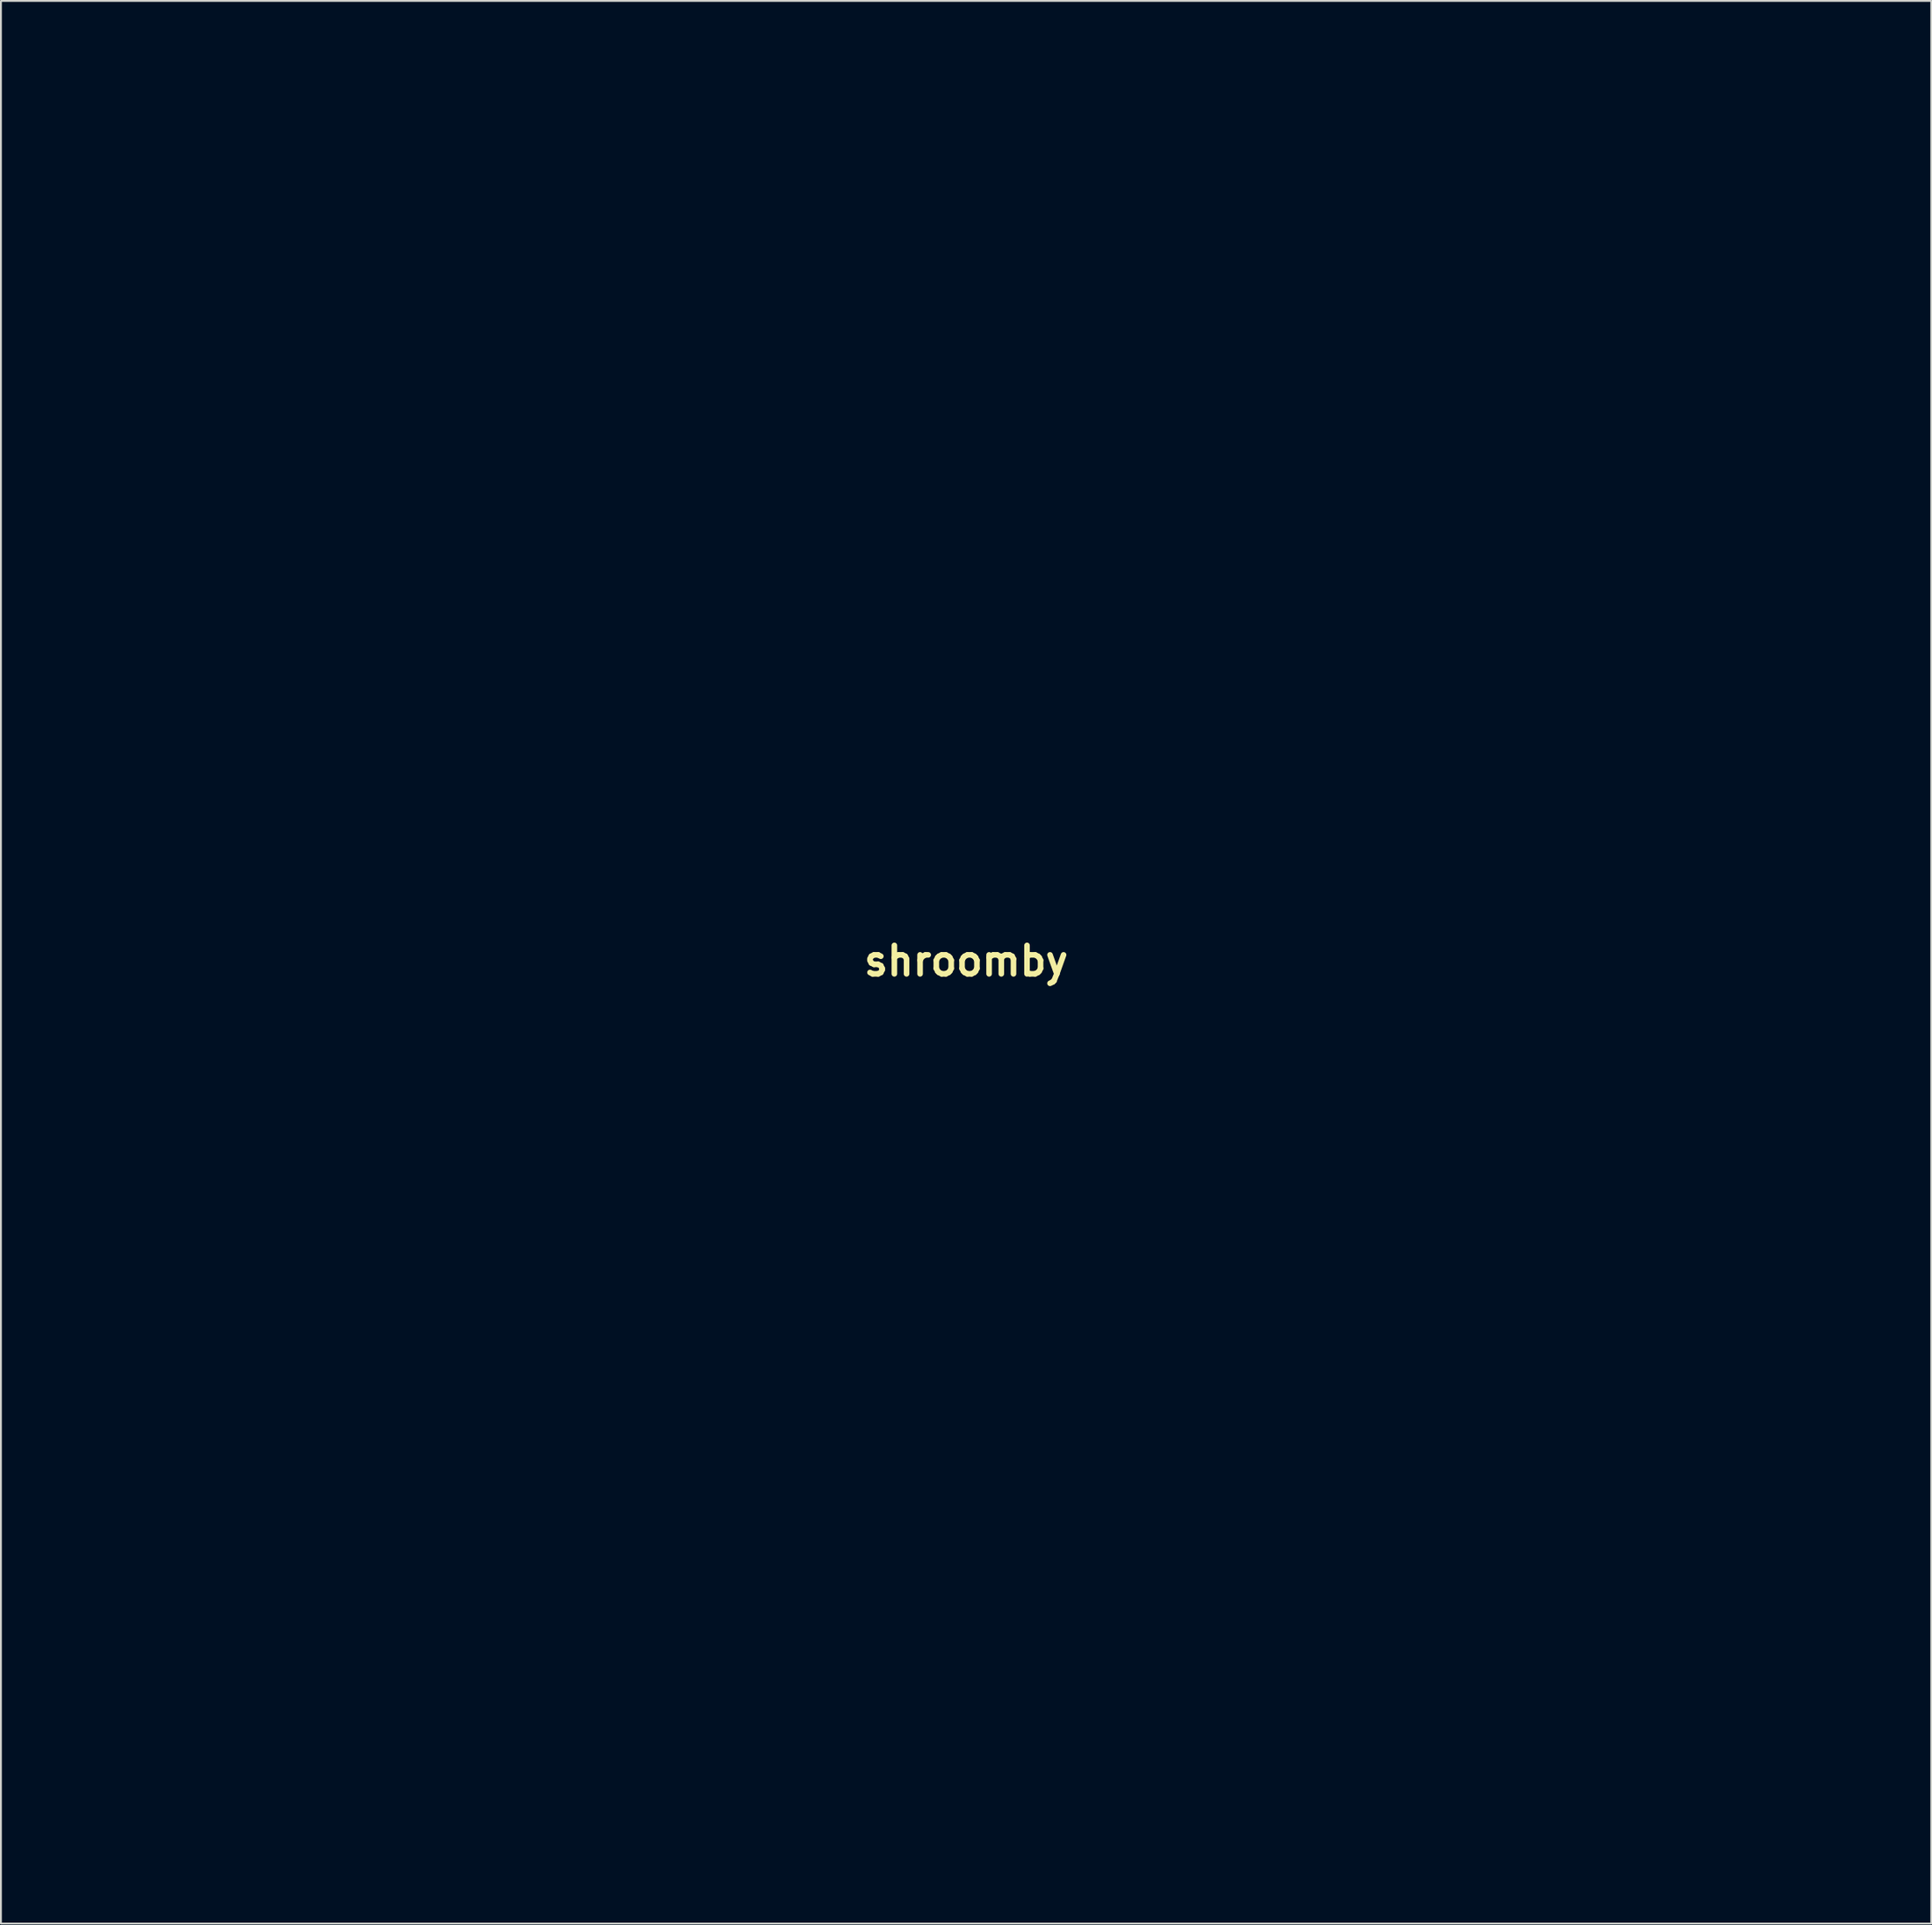
<source format=kicad_pcb>
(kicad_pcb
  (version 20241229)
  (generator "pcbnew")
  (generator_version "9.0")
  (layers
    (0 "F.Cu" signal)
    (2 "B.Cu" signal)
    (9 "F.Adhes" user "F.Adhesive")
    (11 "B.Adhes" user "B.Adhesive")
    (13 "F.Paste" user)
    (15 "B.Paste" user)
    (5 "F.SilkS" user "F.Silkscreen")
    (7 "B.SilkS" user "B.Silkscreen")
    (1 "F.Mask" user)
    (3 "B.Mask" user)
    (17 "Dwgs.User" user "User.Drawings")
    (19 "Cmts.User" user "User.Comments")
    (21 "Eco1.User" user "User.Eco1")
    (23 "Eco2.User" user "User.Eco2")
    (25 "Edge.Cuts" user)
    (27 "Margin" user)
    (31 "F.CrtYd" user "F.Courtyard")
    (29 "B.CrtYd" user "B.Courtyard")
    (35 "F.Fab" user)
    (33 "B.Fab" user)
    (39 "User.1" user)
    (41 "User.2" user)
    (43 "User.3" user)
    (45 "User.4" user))
  (footprint "shroomby"
    (layer "F.Cu")
    (at 48.746 48.471)
    (property "Reference" "shroomby" (at 0 0 0) (layer "F.SilkS") (effects (font (size 1.524 1.524) (thickness 0.3))))
    (attr through_hole)
    (fp_poly (pts (xy -38.887 -9.107) (xy -38.551 -8.719) (xy -38.476 -8.246) (xy -38.661 -7.687) (xy -39.106 -7.043) (xy -39.384 -6.732) (xy -39.872 -6.324) (xy -40.312 -6.183) (xy -40.711 -6.307) (xy -40.909 -6.479) (xy -41.157 -6.935) (xy -41.166 -7.495) (xy -40.94 -8.131) (xy -40.743 -8.463) (xy -40.284 -8.996) (xy -39.798 -9.279) (xy -39.307 -9.305) (xy -38.887 -9.107)) (stroke (width 0.01) (type solid)) (fill no) (layer "Eco1.User"))
    (fp_poly (pts (xy 31.384 -7.123) (xy 31.79 -6.818) (xy 32.161 -6.349) (xy 32.36 -5.886) (xy 32.362 -5.491) (xy 32.312 -5.379) (xy 31.973 -5.054) (xy 31.536 -4.903) (xy 31.331 -4.909) (xy 31.025 -5.073) (xy 30.7 -5.414) (xy 30.417 -5.843) (xy 30.238 -6.275) (xy 30.205 -6.493) (xy 30.305 -6.928) (xy 30.57 -7.186) (xy 30.947 -7.254) (xy 31.384 -7.123)) (stroke (width 0.01) (type solid)) (fill no) (layer "Eco1.User"))
    (fp_poly (pts (xy 34.261 -2.817) (xy 34.704 -2.569) (xy 35.108 -2.18) (xy 35.412 -1.712) (xy 35.556 -1.224) (xy 35.56 -1.134) (xy 35.452 -0.677) (xy 35.176 -0.379) (xy 34.801 -0.264) (xy 34.396 -0.354) (xy 34.06 -0.636) (xy 33.779 -1.099) (xy 33.596 -1.61) (xy 33.518 -2.106) (xy 33.55 -2.523) (xy 33.7 -2.796) (xy 33.838 -2.863) (xy 34.261 -2.817)) (stroke (width 0.01) (type solid)) (fill no) (layer "Eco1.User"))
    (fp_poly (pts (xy 38.336 18.086) (xy 38.512 18.433) (xy 38.562 18.885) (xy 38.467 19.389) (xy 38.289 19.771) (xy 37.926 20.258) (xy 37.562 20.492) (xy 37.163 20.489) (xy 36.964 20.416) (xy 36.665 20.143) (xy 36.535 19.713) (xy 36.571 19.316) (xy 36.772 18.839) (xy 37.095 18.379) (xy 37.465 18.033) (xy 37.672 17.922) (xy 38.05 17.898) (xy 38.336 18.086)) (stroke (width 0.01) (type solid)) (fill no) (layer "Eco1.User"))
    (fp_poly (pts (xy 39.271 13.712) (xy 39.467 14.059) (xy 39.523 14.615) (xy 39.508 14.858) (xy 39.373 15.463) (xy 39.122 15.931) (xy 38.791 16.229) (xy 38.42 16.324) (xy 38.045 16.183) (xy 38.023 16.166) (xy 37.758 15.837) (xy 37.701 15.409) (xy 37.845 14.842) (xy 38.152 14.193) (xy 38.504 13.77) (xy 38.883 13.596) (xy 38.943 13.592) (xy 39.271 13.712)) (stroke (width 0.01) (type solid)) (fill no) (layer "Eco1.User"))
    (fp_poly (pts (xy -34.786 -12.455) (xy -34.672 -12.234) (xy -34.683 -11.85) (xy -34.897 -11.398) (xy -35.274 -10.933) (xy -35.77 -10.508) (xy -36.205 -10.244) (xy -36.712 -10.053) (xy -37.122 -10.068) (xy -37.452 -10.236) (xy -37.723 -10.558) (xy -37.753 -10.946) (xy -37.557 -11.373) (xy -37.151 -11.811) (xy -36.552 -12.233) (xy -36.199 -12.421) (xy -35.585 -12.645) (xy -35.108 -12.656) (xy -34.786 -12.455)) (stroke (width 0.01) (type solid)) (fill no) (layer "Eco1.User"))
    (fp_poly (pts (xy 5.777 -21.353) (xy 6.315 -21.247) (xy 6.802 -21.054) (xy 7.18 -20.781) (xy 7.39 -20.438) (xy 7.414 -20.265) (xy 7.301 -19.837) (xy 6.979 -19.561) (xy 6.473 -19.449) (xy 5.807 -19.509) (xy 5.591 -19.559) (xy 4.977 -19.794) (xy 4.535 -20.116) (xy 4.305 -20.491) (xy 4.284 -20.726) (xy 4.442 -21.058) (xy 4.782 -21.267) (xy 5.246 -21.362) (xy 5.777 -21.353)) (stroke (width 0.01) (type solid)) (fill no) (layer "Eco1.User"))
    (fp_poly (pts (xy 12.226 -19.355) (xy 12.774 -19.225) (xy 13.235 -19.022) (xy 13.318 -18.967) (xy 13.613 -18.621) (xy 13.713 -18.217) (xy 13.609 -17.842) (xy 13.432 -17.656) (xy 13.079 -17.487) (xy 12.662 -17.469) (xy 12.136 -17.585) (xy 11.663 -17.805) (xy 11.297 -18.128) (xy 11.064 -18.5) (xy 10.991 -18.866) (xy 11.103 -19.173) (xy 11.304 -19.323) (xy 11.699 -19.395) (xy 12.226 -19.355)) (stroke (width 0.01) (type solid)) (fill no) (layer "Eco1.User"))
    (fp_poly (pts (xy 27.588 -11.122) (xy 28.083 -10.922) (xy 28.559 -10.627) (xy 28.952 -10.275) (xy 29.196 -9.903) (xy 29.244 -9.676) (xy 29.129 -9.226) (xy 28.828 -8.911) (xy 28.409 -8.761) (xy 27.942 -8.807) (xy 27.63 -8.965) (xy 27.189 -9.366) (xy 26.859 -9.836) (xy 26.665 -10.313) (xy 26.627 -10.739) (xy 26.771 -11.054) (xy 26.807 -11.086) (xy 27.141 -11.189) (xy 27.588 -11.122)) (stroke (width 0.01) (type solid)) (fill no) (layer "Eco1.User"))
    (fp_poly (pts (xy 38.418 8.291) (xy 38.768 8.544) (xy 38.842 8.615) (xy 39.12 8.989) (xy 39.233 9.447) (xy 39.243 9.601) (xy 39.183 10.205) (xy 38.968 10.638) (xy 38.626 10.869) (xy 38.185 10.87) (xy 38.074 10.836) (xy 37.791 10.597) (xy 37.605 10.181) (xy 37.525 9.668) (xy 37.558 9.14) (xy 37.713 8.678) (xy 37.841 8.495) (xy 38.127 8.277) (xy 38.418 8.291)) (stroke (width 0.01) (type solid)) (fill no) (layer "Eco1.User"))
    (fp_poly (pts (xy -42.03 -3.915) (xy -41.767 -3.567) (xy -41.721 -3.458) (xy -41.672 -3.071) (xy -41.731 -2.555) (xy -41.871 -2.006) (xy -42.066 -1.522) (xy -42.292 -1.198) (xy -42.334 -1.163) (xy -42.781 -0.979) (xy -43.2 -1.037) (xy -43.432 -1.21) (xy -43.676 -1.67) (xy -43.728 -2.231) (xy -43.603 -2.821) (xy -43.32 -3.364) (xy -42.894 -3.786) (xy -42.823 -3.833) (xy -42.38 -4.003) (xy -42.03 -3.915)) (stroke (width 0.01) (type solid)) (fill no) (layer "Eco1.User"))
    (fp_poly (pts (xy 18.538 -17.347) (xy 19.06 -17.107) (xy 19.463 -16.762) (xy 19.692 -16.357) (xy 19.711 -16.006) (xy 19.642 -15.708) (xy 19.537 -15.548) (xy 19.319 -15.468) (xy 18.909 -15.415) (xy 18.887 -15.412) (xy 18.513 -15.387) (xy 18.248 -15.446) (xy 17.986 -15.63) (xy 17.713 -15.893) (xy 17.324 -16.378) (xy 17.163 -16.806) (xy 17.225 -17.145) (xy 17.505 -17.366) (xy 17.952 -17.437) (xy 18.538 -17.347)) (stroke (width 0.01) (type solid)) (fill no) (layer "Eco1.User"))
    (fp_poly (pts (xy 23.483 -14.412) (xy 23.897 -14.305) (xy 24.446 -14.007) (xy 24.864 -13.616) (xy 25.095 -13.192) (xy 25.123 -12.997) (xy 25.067 -12.538) (xy 24.866 -12.279) (xy 24.466 -12.158) (xy 24.356 -12.144) (xy 23.89 -12.16) (xy 23.469 -12.348) (xy 23.341 -12.436) (xy 22.685 -12.971) (xy 22.294 -13.444) (xy 22.165 -13.856) (xy 22.28 -14.191) (xy 22.55 -14.36) (xy 22.983 -14.436) (xy 23.483 -14.412)) (stroke (width 0.01) (type solid)) (fill no) (layer "Eco1.User"))
    (fp_poly (pts (xy -1.61 -21.961) (xy -0.896 -21.878) (xy -0.328 -21.663) (xy 0.063 -21.342) (xy 0.249 -20.944) (xy 0.199 -20.494) (xy 0.128 -20.345) (xy -0.187 -20.042) (xy -0.659 -19.926) (xy -1.242 -20) (xy -1.784 -20.212) (xy -2.191 -20.471) (xy -2.512 -20.765) (xy -2.599 -20.888) (xy -2.721 -21.176) (xy -2.679 -21.413) (xy -2.563 -21.609) (xy -2.385 -21.824) (xy -2.156 -21.93) (xy -1.781 -21.961) (xy -1.61 -21.961)) (stroke (width 0.01) (type solid)) (fill no) (layer "Eco1.User"))
    (fp_poly (pts (xy -17.536 -21.124) (xy -17.183 -20.814) (xy -17.12 -20.702) (xy -17 -20.335) (xy -16.99 -20.025) (xy -16.991 -20.022) (xy -17.19 -19.699) (xy -17.583 -19.351) (xy -18.099 -19.02) (xy -18.666 -18.748) (xy -19.213 -18.578) (xy -19.505 -18.543) (xy -19.864 -18.629) (xy -20.157 -18.815) (xy -20.414 -19.206) (xy -20.425 -19.638) (xy -20.212 -20.081) (xy -19.794 -20.504) (xy -19.191 -20.877) (xy -18.682 -21.087) (xy -18.042 -21.216) (xy -17.536 -21.124)) (stroke (width 0.01) (type solid)) (fill no) (layer "Eco1.User"))
    (fp_poly (pts (xy -29.486 -16.679) (xy -29.052 -16.483) (xy -28.728 -16.174) (xy -28.631 -15.965) (xy -28.647 -15.544) (xy -28.91 -15.109) (xy -29.429 -14.647) (xy -29.908 -14.326) (xy -30.523 -13.965) (xy -30.966 -13.749) (xy -31.289 -13.659) (xy -31.539 -13.678) (xy -31.578 -13.691) (xy -31.998 -13.956) (xy -32.235 -14.345) (xy -32.265 -14.553) (xy -32.146 -14.984) (xy -31.827 -15.458) (xy -31.365 -15.922) (xy -30.817 -16.324) (xy -30.242 -16.612) (xy -29.926 -16.703) (xy -29.486 -16.679)) (stroke (width 0.01) (type solid)) (fill no) (layer "Eco1.User"))
    (fp_poly (pts (xy -23.834 -19.31) (xy -23.395 -19.104) (xy -23.366 -19.079) (xy -23.101 -18.697) (xy -23.108 -18.302) (xy -23.384 -17.897) (xy -23.928 -17.485) (xy -24.738 -17.069) (xy -24.805 -17.04) (xy -25.352 -16.806) (xy -25.711 -16.675) (xy -25.948 -16.639) (xy -26.127 -16.69) (xy -26.313 -16.821) (xy -26.363 -16.862) (xy -26.629 -17.224) (xy -26.64 -17.654) (xy -26.398 -18.127) (xy -26.218 -18.335) (xy -25.638 -18.819) (xy -25.011 -19.153) (xy -24.391 -19.321) (xy -23.834 -19.31)) (stroke (width 0.01) (type solid)) (fill no) (layer "Eco1.User"))
    (fp_poly (pts (xy -12.695 -22.482) (xy -12.274 -22.428) (xy -12.048 -22.351) (xy -11.939 -22.19) (xy -11.867 -21.889) (xy -11.861 -21.859) (xy -11.867 -21.496) (xy -12.059 -21.179) (xy -12.464 -20.884) (xy -13.108 -20.586) (xy -13.307 -20.509) (xy -13.96 -20.289) (xy -14.43 -20.198) (xy -14.77 -20.232) (xy -14.998 -20.354) (xy -15.204 -20.63) (xy -15.256 -20.801) (xy -15.244 -21.209) (xy -15.062 -21.547) (xy -14.674 -21.861) (xy -14.204 -22.118) (xy -13.669 -22.36) (xy -13.262 -22.478) (xy -12.88 -22.498) (xy -12.695 -22.482)) (stroke (width 0.01) (type solid)) (fill no) (layer "Eco1.User"))
    (fp_poly (pts (xy -6.991 -23.022) (xy -6.9 -22.99) (xy -6.643 -22.894) (xy -6.549 -22.872) (xy -6.327 -22.75) (xy -6.063 -22.488) (xy -5.847 -22.19) (xy -5.766 -21.972) (xy -5.848 -21.7) (xy -6.044 -21.377) (xy -6.051 -21.368) (xy -6.266 -21.148) (xy -6.523 -21.043) (xy -6.926 -21.016) (xy -7.046 -21.017) (xy -7.496 -21.038) (xy -7.85 -21.077) (xy -7.963 -21.103) (xy -8.301 -21.305) (xy -8.6 -21.605) (xy -8.773 -21.908) (xy -8.787 -21.998) (xy -8.663 -22.345) (xy -8.343 -22.663) (xy -7.905 -22.909) (xy -7.428 -23.043) (xy -6.991 -23.022)) (stroke (width 0.01) (type solid)) (fill no) (layer "Eco1.User"))
    (fp_poly (pts (xy 36.938 2.631) (xy 37.159 2.761) (xy 37.431 2.987) (xy 37.699 3.252) (xy 37.907 3.498) (xy 37.999 3.667) (xy 37.965 3.707) (xy 37.953 3.806) (xy 38.015 3.952) (xy 38.079 4.25) (xy 38.055 4.641) (xy 38.051 4.664) (xy 37.894 5.054) (xy 37.57 5.288) (xy 37.525 5.307) (xy 37.197 5.408) (xy 36.952 5.351) (xy 36.743 5.205) (xy 36.489 4.89) (xy 36.251 4.403) (xy 36.067 3.845) (xy 35.976 3.316) (xy 35.972 3.209) (xy 36.088 2.85) (xy 36.387 2.63) (xy 36.79 2.593) (xy 36.938 2.631)) (stroke (width 0.01) (type solid)) (fill no) (layer "Eco1.User"))
    (fp_poly (pts (xy -38.598 -2.178) (xy -38.05 -1.925) (xy -37.394 -1.507) (xy -36.589 -0.909) (xy -36.505 -0.843) (xy -35.183 0.179) (xy -34.027 1.049) (xy -33.047 1.759) (xy -32.255 2.303) (xy -31.716 2.64) (xy -31.202 2.945) (xy -30.584 3.323) (xy -29.909 3.743) (xy -29.223 4.176) (xy -28.572 4.592) (xy -28.004 4.962) (xy -27.566 5.255) (xy -27.303 5.443) (xy -27.27 5.47) (xy -26.989 5.834) (xy -26.736 6.355) (xy -26.557 6.92) (xy -26.498 7.364) (xy -26.606 7.992) (xy -26.945 8.57) (xy -27.492 9.102) (xy -28.115 9.573) (xy -28.631 9.859) (xy -29.117 9.98) (xy -29.65 9.958) (xy -30.274 9.819) (xy -31.269 9.495) (xy -32.414 9.026) (xy -33.649 8.445) (xy -34.911 7.783) (xy -36.14 7.069) (xy -37.275 6.335) (xy -37.482 6.191) (xy -38.234 5.608) (xy -38.978 4.939) (xy -39.659 4.239) (xy -40.225 3.565) (xy -40.622 2.972) (xy -40.671 2.879) (xy -40.992 2.129) (xy -41.236 1.353) (xy -41.383 0.629) (xy -41.415 0.036) (xy -41.397 -0.12) (xy -41.149 -0.882) (xy -40.728 -1.527) (xy -40.18 -1.99) (xy -39.998 -2.084) (xy -39.531 -2.243) (xy -39.078 -2.279) (xy -38.598 -2.178)) (stroke (width 0.01) (type solid)) (fill no) (layer "Eco1.User"))
    (fp_poly (pts (xy 2.531 -19.238) (xy 3.687 -19.179) (xy 4.702 -19.073) (xy 5.639 -18.909) (xy 6.567 -18.676) (xy 7.549 -18.36) (xy 8.653 -17.95) (xy 8.856 -17.871) (xy 10.505 -17.2) (xy 11.908 -16.577) (xy 13.086 -15.992) (xy 14.061 -15.432) (xy 14.853 -14.886) (xy 15.342 -14.479) (xy 15.9 -13.934) (xy 16.29 -13.439) (xy 16.52 -12.948) (xy 16.595 -12.41) (xy 16.522 -11.779) (xy 16.306 -11.006) (xy 15.955 -10.043) (xy 15.923 -9.96) (xy 15.668 -9.326) (xy 15.45 -8.849) (xy 15.221 -8.457) (xy 14.933 -8.077) (xy 14.538 -7.637) (xy 14.087 -7.166) (xy 13.428 -6.504) (xy 12.91 -6.031) (xy 12.497 -5.721) (xy 12.156 -5.55) (xy 11.854 -5.492) (xy 11.824 -5.492) (xy 11.609 -5.595) (xy 11.248 -5.89) (xy 10.767 -6.355) (xy 10.341 -6.802) (xy 9.509 -7.666) (xy 8.771 -8.349) (xy 8.069 -8.896) (xy 7.345 -9.354) (xy 6.856 -9.616) (xy 6.296 -9.875) (xy 5.648 -10.136) (xy 4.985 -10.373) (xy 4.379 -10.564) (xy 3.9 -10.682) (xy 3.678 -10.709) (xy 3.434 -10.743) (xy 2.981 -10.836) (xy 2.378 -10.975) (xy 1.682 -11.145) (xy 0.948 -11.333) (xy 0.235 -11.525) (xy -0.117 -11.624) (xy -0.505 -11.747) (xy -0.76 -11.886) (xy -0.953 -12.109) (xy -1.153 -12.484) (xy -1.27 -12.73) (xy -1.689 -13.625) (xy -1.608 -15.888) (xy -1.574 -16.786) (xy -1.532 -17.453) (xy -1.464 -17.933) (xy -1.353 -18.271) (xy -1.181 -18.509) (xy -0.93 -18.692) (xy -0.583 -18.863) (xy -0.368 -18.959) (xy 0.497 -19.216) (xy 1.167 -19.264) (xy 2.531 -19.238)) (stroke (width 0.01) (type solid)) (fill no) (layer "Eco1.User"))
    (fp_poly (pts (xy 31.771 -24.131) (xy 32.16 -23.82) (xy 32.482 -23.413) (xy 32.861 -22.8) (xy 33.271 -22.033) (xy 33.685 -21.168) (xy 34.077 -20.259) (xy 34.42 -19.361) (xy 34.626 -18.741) (xy 34.833 -18.12) (xy 35.115 -17.359) (xy 35.45 -16.508) (xy 35.817 -15.617) (xy 36.195 -14.735) (xy 36.561 -13.913) (xy 36.896 -13.201) (xy 37.177 -12.647) (xy 37.377 -12.311) (xy 37.551 -12.018) (xy 37.794 -11.545) (xy 38.068 -10.964) (xy 38.262 -10.53) (xy 38.651 -9.685) (xy 39.139 -8.697) (xy 39.693 -7.631) (xy 40.276 -6.555) (xy 40.853 -5.532) (xy 41.387 -4.63) (xy 41.834 -3.93) (xy 42.185 -3.406) (xy 42.405 -3.052) (xy 42.514 -2.811) (xy 42.535 -2.624) (xy 42.488 -2.433) (xy 42.431 -2.281) (xy 42.16 -1.921) (xy 41.7 -1.644) (xy 41.128 -1.477) (xy 40.524 -1.446) (xy 40.159 -1.51) (xy 39.23 -1.824) (xy 38.435 -2.219) (xy 37.727 -2.694) (xy 36.713 -3.54) (xy 35.679 -4.573) (xy 34.679 -5.727) (xy 33.765 -6.939) (xy 32.989 -8.144) (xy 32.439 -9.199) (xy 32.205 -9.717) (xy 32.003 -10.166) (xy 31.869 -10.464) (xy 31.851 -10.503) (xy 31.664 -10.971) (xy 31.44 -11.606) (xy 31.207 -12.317) (xy 30.995 -13.012) (xy 30.834 -13.601) (xy 30.77 -13.883) (xy 30.673 -14.371) (xy 30.583 -14.798) (xy 30.545 -14.965) (xy 30.404 -15.668) (xy 30.27 -16.529) (xy 30.148 -17.495) (xy 30.043 -18.511) (xy 29.958 -19.525) (xy 29.9 -20.482) (xy 29.871 -21.329) (xy 29.876 -22.013) (xy 29.921 -22.48) (xy 29.921 -22.482) (xy 30.148 -23.287) (xy 30.463 -23.864) (xy 30.849 -24.204) (xy 31.291 -24.296) (xy 31.771 -24.131)) (stroke (width 0.01) (type solid)) (fill no) (layer "Eco1.User"))
    (fp_poly (pts (xy -7.219 -20.16) (xy -6.419 -20.082) (xy -6.178 -20.037) (xy -5.745 -19.883) (xy -5.221 -19.616) (xy -4.675 -19.283) (xy -4.177 -18.928) (xy -3.796 -18.597) (xy -3.609 -18.353) (xy -3.57 -18.128) (xy -3.538 -17.672) (xy -3.514 -17.031) (xy -3.501 -16.25) (xy -3.499 -15.371) (xy -3.5 -15.171) (xy -3.509 -14.199) (xy -3.523 -13.459) (xy -3.545 -12.908) (xy -3.579 -12.506) (xy -3.629 -12.21) (xy -3.699 -11.977) (xy -3.793 -11.765) (xy -3.822 -11.707) (xy -3.971 -11.44) (xy -4.137 -11.214) (xy -4.352 -11.012) (xy -4.649 -10.814) (xy -5.061 -10.603) (xy -5.622 -10.361) (xy -6.362 -10.069) (xy -7.316 -9.712) (xy -7.757 -9.548) (xy -8.302 -9.332) (xy -9.022 -9.024) (xy -9.844 -8.657) (xy -10.698 -8.263) (xy -11.274 -7.988) (xy -12.038 -7.627) (xy -12.752 -7.304) (xy -13.368 -7.041) (xy -13.832 -6.861) (xy -14.076 -6.787) (xy -14.498 -6.655) (xy -14.997 -6.426) (xy -15.262 -6.276) (xy -15.9 -5.988) (xy -16.642 -5.819) (xy -17.395 -5.777) (xy -18.065 -5.871) (xy -18.367 -5.986) (xy -18.823 -6.269) (xy -19.288 -6.668) (xy -19.791 -7.214) (xy -20.359 -7.937) (xy -21.022 -8.87) (xy -21.106 -8.993) (xy -21.873 -10.169) (xy -22.502 -11.242) (xy -22.979 -12.187) (xy -23.291 -12.977) (xy -23.404 -13.422) (xy -23.414 -14.127) (xy -23.241 -14.839) (xy -22.925 -15.419) (xy -22.541 -15.764) (xy -21.912 -16.152) (xy -21.059 -16.572) (xy -20.008 -17.017) (xy -18.781 -17.479) (xy -17.403 -17.947) (xy -15.896 -18.415) (xy -14.285 -18.872) (xy -12.593 -19.311) (xy -11.808 -19.501) (xy -11.138 -19.66) (xy -10.444 -19.825) (xy -9.861 -19.964) (xy -9.794 -19.98) (xy -9.024 -20.107) (xy -8.126 -20.168) (xy -7.219 -20.16)) (stroke (width 0.01) (type solid)) (fill no) (layer "Eco1.User"))
    (fp_poly (pts (xy 21.556 -10.689) (xy 21.989 -10.598) (xy 22.517 -10.486) (xy 22.723 -10.442) (xy 23.187 -10.278) (xy 23.8 -9.969) (xy 24.509 -9.551) (xy 25.258 -9.062) (xy 25.991 -8.538) (xy 26.655 -8.018) (xy 27.193 -7.537) (xy 27.457 -7.254) (xy 27.868 -6.776) (xy 28.366 -6.22) (xy 28.843 -5.706) (xy 28.851 -5.698) (xy 29.306 -5.179) (xy 29.807 -4.543) (xy 30.261 -3.91) (xy 30.35 -3.776) (xy 30.668 -3.294) (xy 30.933 -2.904) (xy 31.108 -2.661) (xy 31.153 -2.609) (xy 31.281 -2.455) (xy 31.475 -2.173) (xy 31.495 -2.142) (xy 31.675 -1.621) (xy 31.667 -0.974) (xy 31.489 -0.258) (xy 31.161 0.473) (xy 30.701 1.164) (xy 30.163 1.729) (xy 29.712 2.058) (xy 29.1 2.421) (xy 28.422 2.77) (xy 27.771 3.056) (xy 27.242 3.232) (xy 27.215 3.238) (xy 26.895 3.321) (xy 26.36 3.471) (xy 25.658 3.674) (xy 24.837 3.916) (xy 23.945 4.183) (xy 23.029 4.462) (xy 22.137 4.736) (xy 21.624 4.897) (xy 21.061 5.04) (xy 20.338 5.174) (xy 19.504 5.295) (xy 18.608 5.399) (xy 17.701 5.481) (xy 16.83 5.538) (xy 16.044 5.566) (xy 15.393 5.561) (xy 14.927 5.518) (xy 14.722 5.457) (xy 14.342 5.109) (xy 14.027 4.542) (xy 13.772 3.741) (xy 13.571 2.691) (xy 13.519 2.312) (xy 13.333 1.021) (xy 13.129 -0.079) (xy 12.889 -1.075) (xy 12.724 -1.648) (xy 12.614 -2.177) (xy 12.657 -2.638) (xy 12.877 -3.101) (xy 13.295 -3.635) (xy 13.412 -3.764) (xy 14.12 -4.557) (xy 14.805 -5.364) (xy 15.402 -6.106) (xy 15.709 -6.512) (xy 16.78 -7.885) (xy 17.799 -8.989) (xy 18.767 -9.824) (xy 19.685 -10.391) (xy 20.553 -10.689) (xy 21.372 -10.72) (xy 21.556 -10.689)) (stroke (width 0.01) (type solid)) (fill no) (layer "Eco1.User"))
    (fp_poly (pts (xy -27.927 -12.689) (xy -27.369 -12.67) (xy -26.959 -12.63) (xy -26.632 -12.558) (xy -26.325 -12.446) (xy -26.086 -12.338) (xy -25.419 -11.977) (xy -24.807 -11.53) (xy -24.212 -10.957) (xy -23.59 -10.219) (xy -22.902 -9.275) (xy -22.814 -9.149) (xy -22.348 -8.472) (xy -21.89 -7.807) (xy -21.482 -7.219) (xy -21.171 -6.773) (xy -21.099 -6.67) (xy -20.702 -5.943) (xy -20.395 -5.068) (xy -20.214 -4.165) (xy -20.183 -3.662) (xy -20.259 -3.333) (xy -20.458 -2.867) (xy -20.734 -2.346) (xy -21.04 -1.851) (xy -21.331 -1.462) (xy -21.532 -1.277) (xy -21.722 -1.095) (xy -22.01 -0.739) (xy -22.349 -0.27) (xy -22.549 0.027) (xy -22.974 0.66) (xy -23.446 1.337) (xy -23.882 1.938) (xy -23.992 2.085) (xy -24.327 2.546) (xy -24.6 2.955) (xy -24.761 3.241) (xy -24.78 3.288) (xy -25.026 3.642) (xy -25.459 3.866) (xy -26.019 3.946) (xy -26.644 3.866) (xy -26.91 3.782) (xy -27.223 3.643) (xy -27.665 3.422) (xy -28.169 3.154) (xy -28.672 2.874) (xy -29.109 2.619) (xy -29.414 2.425) (xy -29.519 2.34) (xy -29.647 2.229) (xy -29.955 1.983) (xy -30.403 1.634) (xy -30.952 1.212) (xy -31.282 0.961) (xy -32.002 0.388) (xy -32.762 -0.262) (xy -33.477 -0.913) (xy -34.064 -1.492) (xy -34.138 -1.57) (xy -34.936 -2.487) (xy -35.518 -3.315) (xy -35.911 -4.099) (xy -36.139 -4.885) (xy -36.212 -5.456) (xy -36.186 -6.404) (xy -35.991 -7.356) (xy -35.655 -8.248) (xy -35.201 -9.016) (xy -34.657 -9.596) (xy -34.514 -9.701) (xy -34.254 -9.908) (xy -33.868 -10.256) (xy -33.419 -10.686) (xy -33.167 -10.937) (xy -32.287 -11.73) (xy -31.472 -12.26) (xy -31.372 -12.308) (xy -31.021 -12.466) (xy -30.713 -12.574) (xy -30.383 -12.641) (xy -29.966 -12.678) (xy -29.399 -12.692) (xy -28.695 -12.694) (xy -27.927 -12.689)) (stroke (width 0.01) (type solid)) (fill no) (layer "Eco1.User"))
    (fp_poly (pts (xy -12.055 -33.948) (xy -11.754 -33.845) (xy -11.618 -33.783) (xy -10.999 -33.372) (xy -10.633 -32.863) (xy -10.521 -32.262) (xy -10.663 -31.574) (xy -11.057 -30.803) (xy -11.703 -29.954) (xy -12.248 -29.373) (xy -14.089 -27.624) (xy -15.925 -26.059) (xy -17.733 -24.699) (xy -19.485 -23.563) (xy -20.663 -22.913) (xy -21.597 -22.478) (xy -22.701 -22.029) (xy -23.914 -21.586) (xy -25.175 -21.169) (xy -26.425 -20.796) (xy -27.6 -20.487) (xy -28.642 -20.26) (xy -29.382 -20.147) (xy -29.878 -20.129) (xy -30.476 -20.155) (xy -30.823 -20.191) (xy -31.384 -20.279) (xy -31.93 -20.383) (xy -32.196 -20.445) (xy -32.717 -20.543) (xy -33.253 -20.591) (xy -33.298 -20.591) (xy -33.695 -20.652) (xy -34.202 -20.808) (xy -34.745 -21.027) (xy -35.253 -21.276) (xy -35.653 -21.522) (xy -35.871 -21.732) (xy -35.883 -21.758) (xy -35.951 -22.288) (xy -35.76 -22.814) (xy -35.327 -23.32) (xy -34.668 -23.79) (xy -33.798 -24.209) (xy -33.157 -24.437) (xy -32.737 -24.605) (xy -32.217 -24.86) (xy -31.834 -25.074) (xy -31.47 -25.279) (xy -30.926 -25.567) (xy -30.24 -25.919) (xy -29.449 -26.318) (xy -28.594 -26.743) (xy -27.713 -27.177) (xy -26.844 -27.6) (xy -26.025 -27.993) (xy -25.296 -28.338) (xy -24.695 -28.616) (xy -24.26 -28.807) (xy -24.03 -28.893) (xy -24.027 -28.894) (xy -23.816 -28.907) (xy -23.638 -28.802) (xy -23.436 -28.531) (xy -23.272 -28.258) (xy -22.942 -27.767) (xy -22.687 -27.525) (xy -22.534 -27.52) (xy -22.51 -27.739) (xy -22.642 -28.168) (xy -22.791 -28.489) (xy -22.961 -28.859) (xy -23.057 -29.143) (xy -23.066 -29.203) (xy -22.936 -29.371) (xy -22.545 -29.624) (xy -21.897 -29.959) (xy -20.991 -30.377) (xy -20.112 -30.757) (xy -19.401 -31.06) (xy -18.802 -31.317) (xy -18.254 -31.557) (xy -17.697 -31.807) (xy -17.067 -32.095) (xy -16.303 -32.449) (xy -15.49 -32.827) (xy -14.531 -33.268) (xy -13.778 -33.594) (xy -13.192 -33.816) (xy -12.736 -33.943) (xy -12.37 -33.983) (xy -12.055 -33.948)) (stroke (width 0.01) (type solid)) (fill no) (layer "Eco1.User"))
    (fp_poly (pts (xy 32.973 5.32) (xy 33.646 5.599) (xy 34.308 6.015) (xy 34.578 6.236) (xy 34.939 6.64) (xy 35.23 7.165) (xy 35.461 7.844) (xy 35.642 8.709) (xy 35.781 9.795) (xy 35.849 10.572) (xy 35.935 12.475) (xy 35.879 14.176) (xy 35.677 15.711) (xy 35.324 17.115) (xy 34.814 18.425) (xy 34.756 18.548) (xy 34.542 19.032) (xy 34.387 19.446) (xy 34.322 19.707) (xy 34.322 19.715) (xy 34.264 20.033) (xy 34.061 20.26) (xy 33.66 20.444) (xy 33.424 20.519) (xy 32.94 20.64) (xy 32.324 20.761) (xy 31.633 20.876) (xy 30.921 20.977) (xy 30.245 21.058) (xy 29.659 21.11) (xy 29.22 21.128) (xy 28.983 21.104) (xy 28.964 21.092) (xy 28.811 21.063) (xy 28.434 21.028) (xy 27.883 20.99) (xy 27.209 20.952) (xy 26.909 20.938) (xy 26.123 20.896) (xy 25.366 20.845) (xy 24.713 20.791) (xy 24.241 20.739) (xy 24.164 20.727) (xy 23.625 20.651) (xy 22.964 20.572) (xy 22.379 20.513) (xy 21.827 20.451) (xy 21.344 20.374) (xy 21.029 20.3) (xy 21.016 20.295) (xy 20.717 20.224) (xy 20.242 20.154) (xy 19.69 20.099) (xy 19.643 20.095) (xy 19.017 20.016) (xy 18.212 19.865) (xy 17.309 19.662) (xy 16.387 19.425) (xy 15.526 19.173) (xy 15.029 19.007) (xy 14.595 18.758) (xy 14.098 18.324) (xy 13.595 17.768) (xy 13.143 17.151) (xy 12.878 16.695) (xy 12.781 16.487) (xy 12.711 16.268) (xy 12.666 15.995) (xy 12.641 15.622) (xy 12.635 15.107) (xy 12.644 14.403) (xy 12.663 13.533) (xy 12.696 12.55) (xy 12.741 11.716) (xy 12.796 11.065) (xy 12.858 10.634) (xy 12.894 10.503) (xy 13.181 10.021) (xy 13.633 9.506) (xy 14.17 9.047) (xy 14.386 8.902) (xy 14.7 8.743) (xy 15.168 8.568) (xy 15.804 8.372) (xy 16.623 8.151) (xy 17.64 7.902) (xy 18.869 7.62) (xy 20.326 7.304) (xy 22.026 6.947) (xy 23.752 6.595) (xy 24.508 6.438) (xy 25.338 6.258) (xy 26.089 6.089) (xy 26.235 6.055) (xy 26.823 5.934) (xy 27.585 5.801) (xy 28.46 5.663) (xy 29.384 5.531) (xy 30.296 5.411) (xy 31.132 5.314) (xy 31.832 5.247) (xy 32.331 5.218) (xy 32.378 5.218) (xy 32.973 5.32)) (stroke (width 0.01) (type solid)) (fill no) (layer "Eco1.User"))
    (fp_poly (pts (xy 12.577 -43.481) (xy 13.128 -43.45) (xy 13.386 -43.409) (xy 13.755 -43.307) (xy 14.299 -43.15) (xy 14.931 -42.962) (xy 15.309 -42.847) (xy 15.972 -42.649) (xy 16.62 -42.465) (xy 17.156 -42.321) (xy 17.368 -42.27) (xy 17.847 -42.114) (xy 18.494 -41.84) (xy 19.246 -41.476) (xy 20.041 -41.055) (xy 20.815 -40.605) (xy 20.961 -40.516) (xy 21.502 -40.098) (xy 22.106 -39.5) (xy 22.717 -38.789) (xy 23.279 -38.035) (xy 23.738 -37.304) (xy 23.959 -36.861) (xy 24.536 -35.487) (xy 24.983 -34.307) (xy 25.308 -33.278) (xy 25.519 -32.357) (xy 25.622 -31.498) (xy 25.625 -30.659) (xy 25.535 -29.795) (xy 25.358 -28.864) (xy 25.305 -28.63) (xy 24.869 -27.201) (xy 24.267 -25.891) (xy 23.523 -24.743) (xy 22.663 -23.797) (xy 22.314 -23.502) (xy 21.708 -23.091) (xy 20.918 -22.642) (xy 20.025 -22.195) (xy 19.108 -21.79) (xy 18.248 -21.467) (xy 18.169 -21.441) (xy 17.251 -21.203) (xy 16.154 -21.014) (xy 14.967 -20.881) (xy 13.783 -20.813) (xy 12.693 -20.817) (xy 11.945 -20.879) (xy 11.357 -20.939) (xy 10.69 -20.982) (xy 10.346 -20.993) (xy 9.939 -21.01) (xy 9.485 -21.054) (xy 8.939 -21.131) (xy 8.253 -21.25) (xy 7.379 -21.416) (xy 6.626 -21.567) (xy 6.08 -21.725) (xy 5.483 -21.968) (xy 5.184 -22.12) (xy 4.638 -22.413) (xy 4.053 -22.704) (xy 3.776 -22.831) (xy 2.811 -23.272) (xy 1.838 -23.741) (xy 0.911 -24.212) (xy 0.083 -24.656) (xy -0.594 -25.047) (xy -1.013 -25.32) (xy 8.125 -25.32) (xy 8.305 -24.94) (xy 8.316 -24.929) (xy 8.532 -24.755) (xy 8.732 -24.749) (xy 9.01 -24.919) (xy 9.119 -25.004) (xy 9.35 -25.212) (xy 9.433 -25.345) (xy 9.428 -25.354) (xy 9.418 -25.512) (xy 9.465 -25.836) (xy 9.492 -25.961) (xy 9.538 -26.507) (xy 9.422 -26.869) (xy 9.19 -27.026) (xy 8.887 -26.959) (xy 8.557 -26.649) (xy 8.415 -26.43) (xy 8.163 -25.828) (xy 8.125 -25.32) (xy -1.013 -25.32) (xy -1.03 -25.331) (xy -2.002 -26.127) (xy -2.86 -27.02) (xy -3.549 -27.948) (xy -3.92 -28.622) (xy -4.358 -29.695) (xy -4.459 -30.022) (xy 7.002 -30.022) (xy 7.056 -29.517) (xy 7.212 -29.1) (xy 7.501 -28.778) (xy 7.869 -28.696) (xy 8.119 -28.808) (xy 10.746 -28.808) (xy 10.765 -28.386) (xy 11.014 -28.085) (xy 11.324 -27.915) (xy 11.591 -27.914) (xy 11.884 -28.1) (xy 12.225 -28.444) (xy 12.606 -28.9) (xy 12.793 -29.251) (xy 12.808 -29.56) (xy 12.715 -29.816) (xy 12.449 -30.106) (xy 12.086 -30.178) (xy 11.675 -30.045) (xy 11.266 -29.721) (xy 10.978 -29.34) (xy 10.746 -28.808) (xy 8.119 -28.808) (xy 8.246 -28.865) (xy 8.309 -28.923) (xy 8.45 -29.144) (xy 8.478 -29.468) (xy 8.444 -29.781) (xy 8.277 -30.396) (xy 7.994 -30.768) (xy 7.604 -30.892) (xy 7.29 -30.774) (xy 7.085 -30.462) (xy 7.002 -30.022) (xy -4.459 -30.022) (xy -4.675 -30.718) (xy -4.849 -31.616) (xy -4.863 -31.75) (xy -4.839 -32.265) (xy -4.825 -32.343) (xy 13.322 -32.343) (xy 13.453 -31.911) (xy 13.783 -31.588) (xy 14.197 -31.452) (xy 14.353 -31.538) (xy 14.624 -31.771) (xy 14.849 -31.996) (xy 15.222 -32.498) (xy 15.384 -32.968) (xy 15.341 -33.364) (xy 15.1 -33.646) (xy 14.668 -33.772) (xy 14.573 -33.775) (xy 14.318 -33.668) (xy 13.999 -33.396) (xy 13.681 -33.038) (xy 13.434 -32.67) (xy 13.323 -32.369) (xy 13.322 -32.343) (xy -4.825 -32.343) (xy -4.713 -32.951) (xy -4.504 -33.735) (xy -4.234 -34.542) (xy -4.201 -34.623) (xy 6.252 -34.623) (xy 6.273 -34.377) (xy 6.373 -33.964) (xy 6.528 -33.639) (xy 6.557 -33.604) (xy 6.874 -33.402) (xy 7.226 -33.39) (xy 7.506 -33.566) (xy 7.547 -33.629) (xy 7.692 -34.132) (xy 7.654 -34.664) (xy 7.452 -35.13) (xy 7.135 -35.425) (xy 6.902 -35.488) (xy 6.671 -35.369) (xy 6.533 -35.241) (xy 6.311 -34.951) (xy 6.252 -34.623) (xy -4.201 -34.623) (xy -3.923 -35.299) (xy -3.816 -35.521) (xy -3.55 -35.979) (xy -3.502 -36.049) (xy 15.718 -36.049) (xy 15.743 -35.878) (xy 15.986 -35.447) (xy 16.312 -35.278) (xy 16.719 -35.369) (xy 17.204 -35.721) (xy 17.392 -35.906) (xy 17.788 -36.415) (xy 17.978 -36.876) (xy 17.964 -37.253) (xy 17.748 -37.512) (xy 17.333 -37.619) (xy 17.283 -37.619) (xy 16.88 -37.514) (xy 16.465 -37.239) (xy 16.095 -36.861) (xy 15.827 -36.442) (xy 15.718 -36.049) (xy -3.502 -36.049) (xy -3.16 -36.553) (xy -2.693 -37.187) (xy -2.191 -37.824) (xy -1.84 -38.243) (xy 5.747 -38.243) (xy 5.805 -37.849) (xy 5.989 -37.524) (xy 6.28 -37.354) (xy 6.373 -37.345) (xy 6.658 -37.427) (xy 6.782 -37.562) (xy 6.861 -37.991) (xy 6.804 -38.404) (xy 6.641 -38.741) (xy 6.406 -38.939) (xy 6.131 -38.937) (xy 6.07 -38.905) (xy 5.83 -38.623) (xy 5.747 -38.243) (xy -1.84 -38.243) (xy -1.7 -38.409) (xy -1.264 -38.884) (xy -0.928 -39.194) (xy -0.891 -39.221) (xy -0.569 -39.46) (xy -0.161 -39.776) (xy 0.026 -39.924) (xy 0.718 -40.421) (xy 1.557 -40.932) (xy 2.493 -41.432) (xy 3.473 -41.899) (xy 4.444 -42.31) (xy 5.355 -42.642) (xy 6.153 -42.87) (xy 6.785 -42.973) (xy 6.885 -42.976) (xy 7.275 -43.009) (xy 7.796 -43.093) (xy 8.169 -43.172) (xy 8.708 -43.268) (xy 9.412 -43.35) (xy 10.217 -43.415) (xy 11.055 -43.461) (xy 11.864 -43.484) (xy 12.577 -43.481)) (stroke (width 0.01) (type solid)) (fill no) (layer "Eco1.User"))
    (fp_poly (pts (xy 48.741 48.603) (xy -48.741 48.603) (xy -48.741 38.142) (xy -26.261 38.142) (xy -26.184 38.318) (xy -25.986 38.535) (xy -25.756 38.532) (xy -25.434 38.314) (xy -25.216 38.057) (xy -25.127 37.806) (xy -25.188 37.643) (xy -25.276 37.619) (xy -25.492 37.675) (xy -25.827 37.81) (xy -25.887 37.838) (xy -26.181 38) (xy -26.261 38.142) (xy -48.741 38.142) (xy -48.741 -6.34) (xy -47.57 -6.34) (xy -47.329 -4.505) (xy -46.831 -2.697) (xy -46.298 -1.373) (xy -46.047 -0.821) (xy -45.758 -0.183) (xy -45.565 0.247) (xy -45.307 0.745) (xy -44.919 1.393) (xy -44.433 2.15) (xy -43.876 2.975) (xy -43.279 3.827) (xy -42.671 4.664) (xy -42.082 5.446) (xy -41.542 6.129) (xy -41.079 6.675) (xy -40.725 7.04) (xy -40.649 7.103) (xy -40.108 7.512) (xy -39.467 7.966) (xy -38.822 8.402) (xy -38.264 8.756) (xy -38.1 8.853) (xy -37.703 9.083) (xy -37.149 9.41) (xy -36.515 9.788) (xy -35.954 10.125) (xy -35.321 10.492) (xy -34.676 10.832) (xy -33.966 11.167) (xy -33.142 11.521) (xy -32.153 11.916) (xy -31.098 12.319) (xy -30.39 12.484) (xy -29.51 12.528) (xy -28.536 12.449) (xy -28.235 12.401) (xy -27.433 12.257) (xy -27.519 12.684) (xy -28.006 15.73) (xy -28.239 18.806) (xy -28.218 21.937) (xy -27.944 25.145) (xy -27.808 26.155) (xy -27.659 27.155) (xy -27.529 27.959) (xy -27.403 28.641) (xy -27.263 29.279) (xy -27.096 29.948) (xy -26.884 30.723) (xy -26.779 31.098) (xy -26.645 31.588) (xy -26.548 31.977) (xy -26.507 32.189) (xy -26.507 32.196) (xy -26.611 32.327) (xy -26.894 32.584) (xy -27.313 32.931) (xy -27.828 33.332) (xy -27.869 33.363) (xy -28.39 33.768) (xy -28.82 34.125) (xy -29.116 34.395) (xy -29.237 34.543) (xy -29.237 34.548) (xy -29.139 34.779) (xy -28.908 34.935) (xy -28.67 34.933) (xy -28.667 34.931) (xy -28.485 34.808) (xy -28.143 34.559) (xy -27.697 34.228) (xy -27.411 34.014) (xy -26.946 33.68) (xy -26.559 33.437) (xy -26.304 33.316) (xy -26.232 33.315) (xy -26.132 33.503) (xy -25.983 33.857) (xy -25.885 34.118) (xy -25.6 34.833) (xy -25.213 35.689) (xy -24.757 36.624) (xy -24.265 37.576) (xy -23.768 38.483) (xy -23.3 39.284) (xy -22.892 39.916) (xy -22.762 40.096) (xy -22.093 40.96) (xy -21.507 41.65) (xy -20.945 42.226) (xy -20.343 42.746) (xy -19.639 43.269) (xy -18.896 43.773) (xy -17.867 44.411) (xy -16.773 45.018) (xy -15.657 45.575) (xy -14.563 46.062) (xy -13.534 46.461) (xy -12.615 46.755) (xy -11.849 46.922) (xy -11.448 46.956) (xy -11.115 46.993) (xy -10.921 47.084) (xy -10.917 47.091) (xy -10.737 47.203) (xy -10.341 47.355) (xy -9.781 47.533) (xy -9.11 47.724) (xy -8.382 47.913) (xy -7.649 48.086) (xy -6.963 48.229) (xy -6.379 48.329) (xy -6.11 48.361) (xy -5.642 48.404) (xy -5.286 48.438) (xy -5.005 48.443) (xy -4.511 48.427) (xy -3.865 48.395) (xy -3.127 48.349) (xy -2.815 48.327) (xy -2.003 48.262) (xy -1.207 48.19) (xy -0.506 48.118) (xy 0.023 48.055) (xy 0.13 48.039) (xy 0.522 47.961) (xy 1.101 47.823) (xy 1.819 47.638) (xy 2.625 47.422) (xy 3.469 47.188) (xy 4.3 46.95) (xy 5.069 46.722) (xy 5.725 46.519) (xy 6.219 46.355) (xy 6.499 46.244) (xy 6.508 46.24) (xy 6.718 46.114) (xy 7.11 45.868) (xy 7.636 45.532) (xy 8.249 45.136) (xy 8.572 44.926) (xy 10.355 43.762) (xy 10.91 44.384) (xy 11.229 44.702) (xy 11.498 44.901) (xy 11.636 44.939) (xy 11.769 44.854) (xy 11.776 44.711) (xy 11.64 44.461) (xy 11.344 44.054) (xy 11.323 44.027) (xy 10.839 43.392) (xy 11.395 42.89) (xy 12.243 42.017) (xy 13.023 41.011) (xy 13.683 39.952) (xy 14.169 38.919) (xy 14.269 38.637) (xy 14.625 37.482) (xy 14.881 36.464) (xy 15.035 35.535) (xy 15.083 34.648) (xy 15.023 33.755) (xy 14.85 32.81) (xy 14.561 31.765) (xy 14.153 30.573) (xy 13.622 29.186) (xy 13.591 29.107) (xy 13.429 28.657) (xy 13.239 28.067) (xy 13.061 27.466) (xy 13.059 27.459) (xy 12.789 26.608) (xy 12.425 25.63) (xy 12.012 24.635) (xy 11.592 23.733) (xy 11.534 23.617) (xy 11.189 22.832) (xy 10.955 22.012) (xy 10.809 21.066) (xy 10.757 20.457) (xy 10.671 19.153) (xy 11.008 19.462) (xy 11.305 19.677) (xy 11.558 19.771) (xy 11.565 19.771) (xy 11.778 19.86) (xy 12.102 20.091) (xy 12.38 20.333) (xy 13.291 21.143) (xy 14.193 21.827) (xy 15.144 22.421) (xy 16.204 22.958) (xy 17.433 23.472) (xy 18.495 23.862) (xy 19.637 24.258) (xy 20.574 24.567) (xy 21.355 24.8) (xy 22.032 24.967) (xy 22.656 25.079) (xy 23.278 25.147) (xy 23.948 25.181) (xy 24.717 25.192) (xy 24.879 25.193) (xy 26.898 25.194) (xy 26.938 25.733) (xy 27.014 26.15) (xy 27.169 26.317) (xy 27.42 26.25) (xy 27.453 26.231) (xy 27.596 25.983) (xy 27.62 25.567) (xy 27.588 25.029) (xy 28.731 24.941) (xy 29.458 24.858) (xy 30.379 24.711) (xy 31.425 24.515) (xy 32.525 24.283) (xy 33.611 24.029) (xy 34.613 23.769) (xy 34.942 23.675) (xy 36.537 23.113) (xy 38.026 22.398) (xy 39.331 21.568) (xy 39.336 21.564) (xy 39.837 21.157) (xy 40.472 20.585) (xy 41.196 19.894) (xy 41.963 19.129) (xy 42.728 18.336) (xy 43.448 17.558) (xy 44.077 16.842) (xy 44.324 16.544) (xy 44.712 16.048) (xy 45.143 15.464) (xy 45.588 14.838) (xy 46.016 14.215) (xy 46.396 13.638) (xy 46.7 13.153) (xy 46.896 12.805) (xy 46.956 12.647) (xy 47.015 12.42) (xy 47.16 12.086) (xy 47.181 12.045) (xy 47.353 11.595) (xy 47.533 10.92) (xy 47.711 10.068) (xy 47.879 9.09) (xy 48.029 8.032) (xy 48.151 6.945) (xy 48.211 6.241) (xy 48.272 5.404) (xy 48.307 4.778) (xy 48.314 4.299) (xy 48.291 3.903) (xy 48.235 3.529) (xy 48.143 3.111) (xy 48.069 2.813) (xy 47.714 1.641) (xy 47.243 0.558) (xy 46.606 -0.552) (xy 46.514 -0.696) (xy 46.235 -1.15) (xy 45.885 -1.755) (xy 45.517 -2.418) (xy 45.299 -2.824) (xy 44.954 -3.464) (xy 44.602 -4.096) (xy 44.293 -4.63) (xy 44.137 -4.884) (xy 43.826 -5.411) (xy 43.527 -5.979) (xy 43.399 -6.25) (xy 43.15 -6.744) (xy 42.867 -7.217) (xy 42.754 -7.377) (xy 42.578 -7.653) (xy 42.315 -8.126) (xy 41.991 -8.743) (xy 41.635 -9.453) (xy 41.373 -9.993) (xy 40.484 -11.843) (xy 39.685 -13.481) (xy 38.981 -14.899) (xy 38.375 -16.09) (xy 37.871 -17.046) (xy 37.472 -17.76) (xy 37.365 -17.94) (xy 36.998 -18.561) (xy 36.622 -19.227) (xy 36.308 -19.813) (xy 36.258 -19.91) (xy 35.943 -20.519) (xy 35.593 -21.178) (xy 35.35 -21.624) (xy 35.042 -22.225) (xy 34.73 -22.906) (xy 34.551 -23.341) (xy 34.329 -23.901) (xy 34.05 -24.584) (xy 33.765 -25.261) (xy 33.706 -25.4) (xy 33.406 -26.112) (xy 33.171 -26.718) (xy 32.963 -27.324) (xy 32.744 -28.034) (xy 32.612 -28.489) (xy 32.459 -28.974) (xy 32.238 -29.615) (xy 31.983 -30.314) (xy 31.82 -30.744) (xy 31.265 -32.175) (xy 31.806 -32.666) (xy 32.088 -32.915) (xy 32.535 -33.301) (xy 33.1 -33.783) (xy 33.738 -34.324) (xy 34.297 -34.795) (xy 34.913 -35.321) (xy 35.449 -35.792) (xy 35.872 -36.18) (xy 36.148 -36.453) (xy 36.244 -36.58) (xy 36.175 -36.818) (xy 36.118 -36.924) (xy 36.078 -36.994) (xy 36.04 -37.041) (xy 35.977 -37.048) (xy 35.865 -36.995) (xy 35.68 -36.865) (xy 35.396 -36.64) (xy 34.99 -36.302) (xy 34.436 -35.832) (xy 33.709 -35.213) (xy 33.254 -34.825) (xy 32.593 -34.266) (xy 32.003 -33.778) (xy 31.517 -33.385) (xy 31.165 -33.112) (xy 30.978 -32.984) (xy 30.957 -32.978) (xy 30.887 -33.123) (xy 30.742 -33.471) (xy 30.545 -33.966) (xy 30.351 -34.47) (xy 29.798 -35.8) (xy 29.148 -37.16) (xy 28.442 -38.473) (xy 27.723 -39.662) (xy 27.12 -40.532) (xy 26.356 -41.48) (xy 25.491 -42.435) (xy 24.584 -43.34) (xy 23.692 -44.136) (xy 22.875 -44.767) (xy 22.736 -44.861) (xy 22.148 -45.257) (xy 21.523 -45.689) (xy 20.992 -46.067) (xy 20.968 -46.085) (xy 20.527 -46.389) (xy 20.132 -46.629) (xy 19.87 -46.753) (xy 19.869 -46.753) (xy 19.521 -46.874) (xy 19.153 -47.026) (xy 18.781 -47.19) (xy 18.3 -47.399) (xy 18.054 -47.505) (xy 17.445 -47.694) (xy 16.614 -47.847) (xy 15.612 -47.963) (xy 14.487 -48.04) (xy 13.292 -48.078) (xy 12.076 -48.073) (xy 10.889 -48.026) (xy 9.782 -47.935) (xy 8.805 -47.798) (xy 8.65 -47.769) (xy 7.542 -47.543) (xy 6.66 -47.339) (xy 5.958 -47.144) (xy 5.39 -46.946) (xy 4.908 -46.731) (xy 4.891 -46.723) (xy 4.449 -46.516) (xy 3.855 -46.26) (xy 3.215 -46.001) (xy 3.007 -45.921) (xy 2.296 -45.625) (xy 1.521 -45.264) (xy 0.83 -44.908) (xy 0.725 -44.849) (xy 0.116 -44.507) (xy -0.523 -44.157) (xy -1.068 -43.866) (xy -1.147 -43.825) (xy -1.72 -43.504) (xy -2.326 -43.13) (xy -2.657 -42.907) (xy -3.103 -42.594) (xy -3.675 -42.198) (xy -4.272 -41.79) (xy -4.462 -41.661) (xy -5.691 -40.823) (xy -7.028 -39.907) (xy -8.354 -38.991) (xy -9.336 -38.308) (xy -9.835 -37.968) (xy -10.256 -37.697) (xy -10.545 -37.527) (xy -10.641 -37.487) (xy -10.811 -37.435) (xy -11.177 -37.298) (xy -11.683 -37.099) (xy -12.273 -36.862) (xy -12.889 -36.608) (xy -13.475 -36.362) (xy -13.975 -36.145) (xy -14.178 -36.054) (xy -14.617 -35.863) (xy -15.259 -35.597) (xy -16.051 -35.277) (xy -16.938 -34.925) (xy -17.867 -34.563) (xy -18.535 -34.307) (xy -19.163 -34.065) (xy -19.736 -33.84) (xy -20.18 -33.661) (xy -20.389 -33.572) (xy -20.747 -33.411) (xy -21.227 -33.195) (xy -21.556 -33.047) (xy -22.059 -32.819) (xy -22.685 -32.533) (xy -23.308 -32.246) (xy -23.375 -32.215) (xy -24.439 -31.723) (xy -24.867 -32.577) (xy -25.154 -33.137) (xy -25.359 -33.485) (xy -25.513 -33.664) (xy -25.645 -33.711) (xy -25.735 -33.691) (xy -25.804 -33.588) (xy -25.769 -33.342) (xy -25.621 -32.911) (xy -25.519 -32.655) (xy -25.331 -32.181) (xy -25.191 -31.809) (xy -25.127 -31.61) (xy -25.125 -31.598) (xy -25.147 -31.546) (xy -25.241 -31.478) (xy -25.452 -31.372) (xy -25.822 -31.207) (xy -26.396 -30.961) (xy -26.498 -30.918) (xy -26.839 -30.767) (xy -27.388 -30.519) (xy -28.103 -30.191) (xy -28.945 -29.803) (xy -29.871 -29.373) (xy -30.843 -28.921) (xy -31.817 -28.464) (xy -32.265 -28.254) (xy -32.782 -27.996) (xy -33.258 -27.732) (xy -33.569 -27.535) (xy -33.896 -27.319) (xy -34.367 -27.033) (xy -34.882 -26.738) (xy -34.912 -26.721) (xy -35.453 -26.385) (xy -36.143 -25.902) (xy -36.93 -25.313) (xy -37.763 -24.66) (xy -38.59 -23.985) (xy -39.361 -23.327) (xy -40.023 -22.73) (xy -40.526 -22.233) (xy -40.642 -22.106) (xy -41.385 -21.216) (xy -42.173 -20.197) (xy -42.972 -19.097) (xy -43.751 -17.967) (xy -44.475 -16.855) (xy -45.112 -15.809) (xy -45.63 -14.879) (xy -45.954 -14.21) (xy -46.746 -12.138) (xy -47.279 -10.144) (xy -47.554 -8.216) (xy -47.57 -6.34) (xy -48.741 -6.34) (xy -48.741 -48.466) (xy 48.741 -48.466) (xy 48.741 48.603)) (stroke (width 0.01) (type solid)) (fill no) (layer "Eco1.User"))
    (fp_poly (pts (xy -0.372 -8.266) (xy 0.343 -8.236) (xy 2.044 -8.099) (xy 3.517 -7.865) (xy 4.794 -7.522) (xy 5.908 -7.06) (xy 6.892 -6.467) (xy 7.778 -5.733) (xy 7.803 -5.709) (xy 8.688 -4.672) (xy 9.386 -3.455) (xy 9.882 -2.092) (xy 10.163 -0.616) (xy 10.223 0.275) (xy 10.219 1.655) (xy 10.153 3.075) (xy 10.032 4.448) (xy 9.861 5.687) (xy 9.741 6.316) (xy 9.466 7.752) (xy 9.237 9.273) (xy 9.062 10.815) (xy 8.944 12.318) (xy 8.89 13.719) (xy 8.904 14.955) (xy 8.946 15.583) (xy 9.004 16.188) (xy 9.076 16.955) (xy 9.152 17.771) (xy 9.203 18.329) (xy 9.292 19.111) (xy 9.419 19.991) (xy 9.574 20.916) (xy 9.746 21.834) (xy 9.926 22.691) (xy 10.102 23.434) (xy 10.263 24.01) (xy 10.397 24.358) (xy 10.5 24.6) (xy 10.676 25.055) (xy 10.907 25.679) (xy 11.178 26.426) (xy 11.471 27.248) (xy 11.771 28.102) (xy 12.061 28.94) (xy 12.325 29.717) (xy 12.546 30.387) (xy 12.554 30.411) (xy 12.918 31.656) (xy 13.19 32.845) (xy 13.363 33.925) (xy 13.425 34.84) (xy 13.412 35.217) (xy 13.32 35.857) (xy 13.148 36.639) (xy 12.923 37.47) (xy 12.671 38.252) (xy 12.419 38.891) (xy 12.336 39.061) (xy 12.083 39.485) (xy 11.732 39.986) (xy 11.325 40.518) (xy 10.9 41.032) (xy 10.497 41.482) (xy 10.157 41.82) (xy 9.919 41.997) (xy 9.864 42.013) (xy 9.732 41.902) (xy 9.462 41.568) (xy 9.05 41.007) (xy 8.496 40.216) (xy 8.481 40.194) (xy 8.269 40.001) (xy 8.066 39.965) (xy 7.965 40.101) (xy 7.964 40.125) (xy 8.038 40.31) (xy 8.234 40.656) (xy 8.517 41.103) (xy 8.651 41.303) (xy 8.956 41.761) (xy 9.191 42.133) (xy 9.32 42.361) (xy 9.334 42.401) (xy 9.225 42.507) (xy 8.932 42.728) (xy 8.503 43.029) (xy 7.987 43.38) (xy 7.432 43.748) (xy 6.887 44.1) (xy 6.4 44.405) (xy 6.019 44.629) (xy 5.911 44.687) (xy 5.598 44.819) (xy 5.074 45.007) (xy 4.394 45.236) (xy 3.612 45.487) (xy 2.782 45.745) (xy 1.957 45.993) (xy 1.193 46.213) (xy 0.544 46.389) (xy 0.063 46.505) (xy -0.009 46.52) (xy -0.567 46.607) (xy -1.307 46.696) (xy -2.17 46.782) (xy -3.094 46.859) (xy -4.019 46.925) (xy -4.883 46.973) (xy -5.627 47.001) (xy -6.19 47.002) (xy -6.384 46.992) (xy -7.655 46.86) (xy -8.703 46.713) (xy -9.514 46.554) (xy -10.074 46.384) (xy -10.301 46.266) (xy -10.647 46.082) (xy -11.153 45.886) (xy -11.709 45.72) (xy -11.71 45.72) (xy -13.51 45.184) (xy -15.18 44.505) (xy -16.802 43.643) (xy -18.19 42.751) (xy -19.101 42.099) (xy -19.834 41.51) (xy -20.454 40.92) (xy -21.026 40.262) (xy -21.615 39.473) (xy -21.947 38.992) (xy -22.285 38.457) (xy -22.673 37.779) (xy -23.092 37.002) (xy -23.521 36.168) (xy -23.938 35.321) (xy -24.323 34.504) (xy -24.655 33.76) (xy -24.913 33.131) (xy -25.076 32.661) (xy -25.125 32.414) (xy -25.017 32.304) (xy -24.715 32.067) (xy -24.255 31.73) (xy -23.672 31.317) (xy -23.001 30.856) (xy -22.963 30.83) (xy -22.105 30.247) (xy -21.158 29.598) (xy -20.211 28.947) (xy -19.352 28.353) (xy -18.947 28.071) (xy -18.305 27.626) (xy -17.724 27.231) (xy -17.25 26.915) (xy -16.926 26.709) (xy -16.819 26.647) (xy -16.559 26.497) (xy -16.177 26.245) (xy -15.882 26.037) (xy -15.219 25.557) (xy -14.852 25.956) (xy -14.3 26.365) (xy -13.621 26.569) (xy -12.861 26.577) (xy -12.064 26.398) (xy -11.274 26.04) (xy -10.536 25.515) (xy -9.99 24.949) (xy -9.281 23.911) (xy -8.719 22.747) (xy -8.33 21.531) (xy -8.139 20.336) (xy -8.128 19.695) (xy -8.169 18.752) (xy -9.336 18.565) (xy -10.027 18.485) (xy -10.848 18.436) (xy -11.74 18.418) (xy -12.643 18.429) (xy -13.499 18.468) (xy -14.247 18.533) (xy -14.829 18.622) (xy -15.138 18.711) (xy -15.434 18.867) (xy -15.652 19.07) (xy -15.804 19.361) (xy -15.902 19.781) (xy -15.958 20.372) (xy -15.982 21.174) (xy -15.987 21.693) (xy -15.983 22.559) (xy -15.96 23.202) (xy -15.913 23.676) (xy -15.839 24.033) (xy -15.764 24.247) (xy -15.533 24.81) (xy -16.863 25.686) (xy -17.409 26.05) (xy -18.117 26.527) (xy -18.923 27.074) (xy -19.763 27.647) (xy -20.526 28.171) (xy -21.692 28.975) (xy -22.652 29.637) (xy -23.426 30.169) (xy -24.034 30.586) (xy -24.496 30.9) (xy -24.832 31.127) (xy -25.062 31.278) (xy -25.206 31.368) (xy -25.283 31.409) (xy -25.314 31.417) (xy -25.318 31.414) (xy -25.367 31.273) (xy -25.477 30.932) (xy -25.63 30.452) (xy -25.708 30.205) (xy -25.946 29.33) (xy -26.179 28.267) (xy -26.391 27.102) (xy -26.566 25.922) (xy -26.689 24.814) (xy -26.709 24.576) (xy -26.757 23.993) (xy -26.805 23.479) (xy -26.846 23.124) (xy -26.855 23.066) (xy -26.888 22.699) (xy -26.908 22.115) (xy -26.915 21.37) (xy -26.911 20.52) (xy -26.896 19.624) (xy -26.871 18.736) (xy -26.836 17.914) (xy -26.792 17.214) (xy -26.774 16.998) (xy -26.468 14.535) (xy -26.094 12.682) (xy -17.542 12.682) (xy -17.506 13.17) (xy -17.249 13.553) (xy -17.222 13.575) (xy -16.821 13.764) (xy -16.452 13.683) (xy -16.123 13.334) (xy -16.03 13.169) (xy -15.822 12.549) (xy -15.825 12.379) (xy -6.858 12.379) (xy -6.802 12.862) (xy -6.654 13.185) (xy -6.293 13.417) (xy -5.897 13.414) (xy -5.592 13.215) (xy -5.438 12.908) (xy -5.342 12.505) (xy 4.394 12.505) (xy 4.509 12.871) (xy 4.803 13.176) (xy 5.195 13.382) (xy 5.605 13.45) (xy 5.953 13.342) (xy 6.014 13.29) (xy 6.16 12.97) (xy 6.119 12.573) (xy 5.988 12.323) (xy 5.683 12.086) (xy 5.292 11.987) (xy 4.894 12.016) (xy 4.571 12.164) (xy 4.402 12.421) (xy 4.394 12.505) (xy -5.342 12.505) (xy -5.324 12.431) (xy -5.26 11.89) (xy -5.26 11.595) (xy 0.875 11.595) (xy 0.965 11.946) (xy 1.294 12.252) (xy 1.348 12.283) (xy 1.879 12.471) (xy 2.31 12.404) (xy 2.524 12.237) (xy 2.677 11.99) (xy 2.633 11.715) (xy 2.599 11.635) (xy 2.31 11.26) (xy 1.908 11.047) (xy 1.477 11.016) (xy 1.099 11.189) (xy 1.039 11.249) (xy 0.875 11.595) (xy -5.26 11.595) (xy -5.259 11.387) (xy -5.332 11.027) (xy -5.344 11.004) (xy -5.605 10.769) (xy -5.974 10.716) (xy -6.353 10.844) (xy -6.526 10.989) (xy -6.715 11.342) (xy -6.827 11.839) (xy -6.858 12.379) (xy -15.825 12.379) (xy -15.831 11.967) (xy -16.003 11.564) (xy -16.304 11.302) (xy -16.641 11.31) (xy -16.975 11.567) (xy -17.363 12.132) (xy -17.542 12.682) (xy -26.094 12.682) (xy -26.013 12.278) (xy -25.41 10.242) (xy -3.407 10.242) (xy -3.261 10.535) (xy -2.892 10.785) (xy -2.505 10.947) (xy -1.862 11.129) (xy -1.376 11.149) (xy -1.114 11.04) (xy -1.061 10.883) (xy -1.025 10.656) (xy -1.104 10.248) (xy -1.426 9.933) (xy -1.974 9.723) (xy -2.444 9.65) (xy -2.905 9.617) (xy -3.165 9.637) (xy -3.296 9.725) (xy -3.358 9.868) (xy -3.407 10.242) (xy -25.41 10.242) (xy -25.396 10.195) (xy -24.816 8.772) (xy -16.283 8.772) (xy -16.108 9.153) (xy -16.076 9.187) (xy -15.678 9.439) (xy -15.269 9.419) (xy -15.057 9.301) (xy -14.878 9.055) (xy -14.775 8.753) (xy -6.437 8.753) (xy -6.354 9.187) (xy -6.115 9.532) (xy -5.785 9.715) (xy -5.6 9.722) (xy -5.321 9.586) (xy -5.044 9.317) (xy -5.037 9.308) (xy -4.834 8.883) (xy -4.716 8.328) (xy -3.835 8.328) (xy -3.634 8.703) (xy -3.629 8.709) (xy -3.335 8.893) (xy -3.004 8.868) (xy -2.598 8.621) (xy -2.268 8.33) (xy -1.852 7.868) (xy -1.674 7.493) (xy -1.728 7.169) (xy -1.923 6.933) (xy -2.139 6.781) (xy -2.327 6.764) (xy -0.824 6.764) (xy -0.708 7.056) (xy -0.393 7.226) (xy 0.07 7.27) (xy 0.631 7.182) (xy 1.203 6.974) (xy 1.61 6.76) (xy 1.924 6.55) (xy 2.021 6.459) (xy 2.182 6.078) (xy 2.119 5.711) (xy 1.876 5.426) (xy 1.497 5.293) (xy 1.264 5.305) (xy 0.608 5.489) (xy 0.018 5.774) (xy -0.453 6.12) (xy -0.749 6.49) (xy -0.824 6.764) (xy -2.327 6.764) (xy -2.38 6.759) (xy -2.739 6.847) (xy -3.241 7.095) (xy -3.61 7.464) (xy -3.818 7.895) (xy -3.835 8.328) (xy -4.716 8.328) (xy -4.712 8.313) (xy -4.702 8.209) (xy -4.687 7.741) (xy -4.751 7.437) (xy -4.918 7.193) (xy -4.942 7.168) (xy -5.286 6.944) (xy -5.629 6.965) (xy -5.943 7.201) (xy -6.201 7.623) (xy -6.376 8.201) (xy -6.437 8.753) (xy -14.775 8.753) (xy -14.75 8.681) (xy -14.741 8.63) (xy -14.724 8.229) (xy -14.859 7.941) (xy -14.95 7.841) (xy -15.281 7.596) (xy -15.574 7.604) (xy -15.892 7.86) (xy -16.209 8.328) (xy -16.283 8.772) (xy -24.816 8.772) (xy -24.605 8.253) (xy -23.625 6.418) (xy -22.911 5.357) (xy -15.279 5.357) (xy -15.252 5.795) (xy -15.074 6.053) (xy -14.728 6.166) (xy -14.491 6.178) (xy -14.169 6.138) (xy -13.959 5.969) (xy -13.8 5.682) (xy -13.782 5.629) (xy -5.871 5.629) (xy -5.833 5.92) (xy -5.611 6.373) (xy -5.311 6.585) (xy -4.958 6.542) (xy -4.858 6.485) (xy -4.669 6.262) (xy -4.45 5.866) (xy -4.244 5.389) (xy -4.192 5.225) (xy 3.289 5.225) (xy 3.423 5.561) (xy 3.46 5.602) (xy 3.786 5.754) (xy 4.219 5.741) (xy 4.654 5.577) (xy 4.854 5.43) (xy 5.136 5.124) (xy 5.19 4.899) (xy 5.021 4.689) (xy 4.912 4.607) (xy 4.501 4.419) (xy 4.064 4.45) (xy 3.7 4.603) (xy 3.388 4.879) (xy 3.289 5.225) (xy -4.192 5.225) (xy -4.095 4.923) (xy -4.065 4.785) (xy -4.053 4.248) (xy -4.198 3.824) (xy -4.459 3.551) (xy -4.796 3.466) (xy -5.165 3.607) (xy -5.276 3.698) (xy -5.502 4.036) (xy -5.694 4.542) (xy -5.826 5.109) (xy -5.871 5.629) (xy -13.782 5.629) (xy -13.597 5.088) (xy -13.56 4.561) (xy -13.68 4.148) (xy -13.945 3.897) (xy -14.201 3.844) (xy -14.569 3.961) (xy -14.917 4.251) (xy -15.145 4.626) (xy -15.168 4.706) (xy -15.279 5.357) (xy -22.911 5.357) (xy -22.443 4.659) (xy -21.046 2.943) (xy -21.029 2.925) (xy -20.461 2.306) (xy -20.032 1.86) (xy -14.076 1.86) (xy -14.008 2.119) (xy -13.793 2.402) (xy -13.486 2.459) (xy -13.138 2.298) (xy -12.807 1.936) (xy -12.605 1.564) (xy -12.521 1.301) (xy -4.805 1.301) (xy -4.7 1.763) (xy -4.578 1.946) (xy -4.27 2.17) (xy -3.968 2.125) (xy -3.774 1.97) (xy -3.465 1.532) (xy -3.319 1.049) (xy -3.344 0.597) (xy -3.548 0.255) (xy -3.6 0.214) (xy -3.89 0.041) (xy -4.105 0.043) (xy -4.347 0.235) (xy -4.469 0.363) (xy -4.725 0.8) (xy -4.805 1.301) (xy -12.521 1.301) (xy -12.499 1.232) (xy -12.494 1.174) (xy -12.598 0.799) (xy -12.861 0.592) (xy -13.213 0.571) (xy -13.582 0.755) (xy -13.69 0.858) (xy -14.017 1.357) (xy -14.076 1.86) (xy -20.032 1.86) (xy -19.745 1.561) (xy -18.936 0.743) (xy -18.091 -0.09) (xy -17.266 -0.884) (xy -16.517 -1.583) (xy -16.104 -1.954) (xy -14.749 -3.03) (xy -13.192 -4.062) (xy -11.506 -5.005) (xy -10.053 -5.69) (xy -9.288 -6.023) (xy -8.552 -6.343) (xy -7.908 -6.626) (xy -7.42 -6.842) (xy -7.239 -6.923) (xy -6.066 -7.422) (xy -4.994 -7.796) (xy -3.956 -8.055) (xy -2.885 -8.212) (xy -1.712 -8.279) (xy -0.372 -8.266)) (stroke (width 0.01) (type solid)) (fill no) (layer "Eco1.User")))
  (gr_rect
    (start -3 -3)
    (end 100.491 100.079)
    (stroke (width 0.1) (type default))
    (fill no)
    (layer "Edge.Cuts")))
</source>
